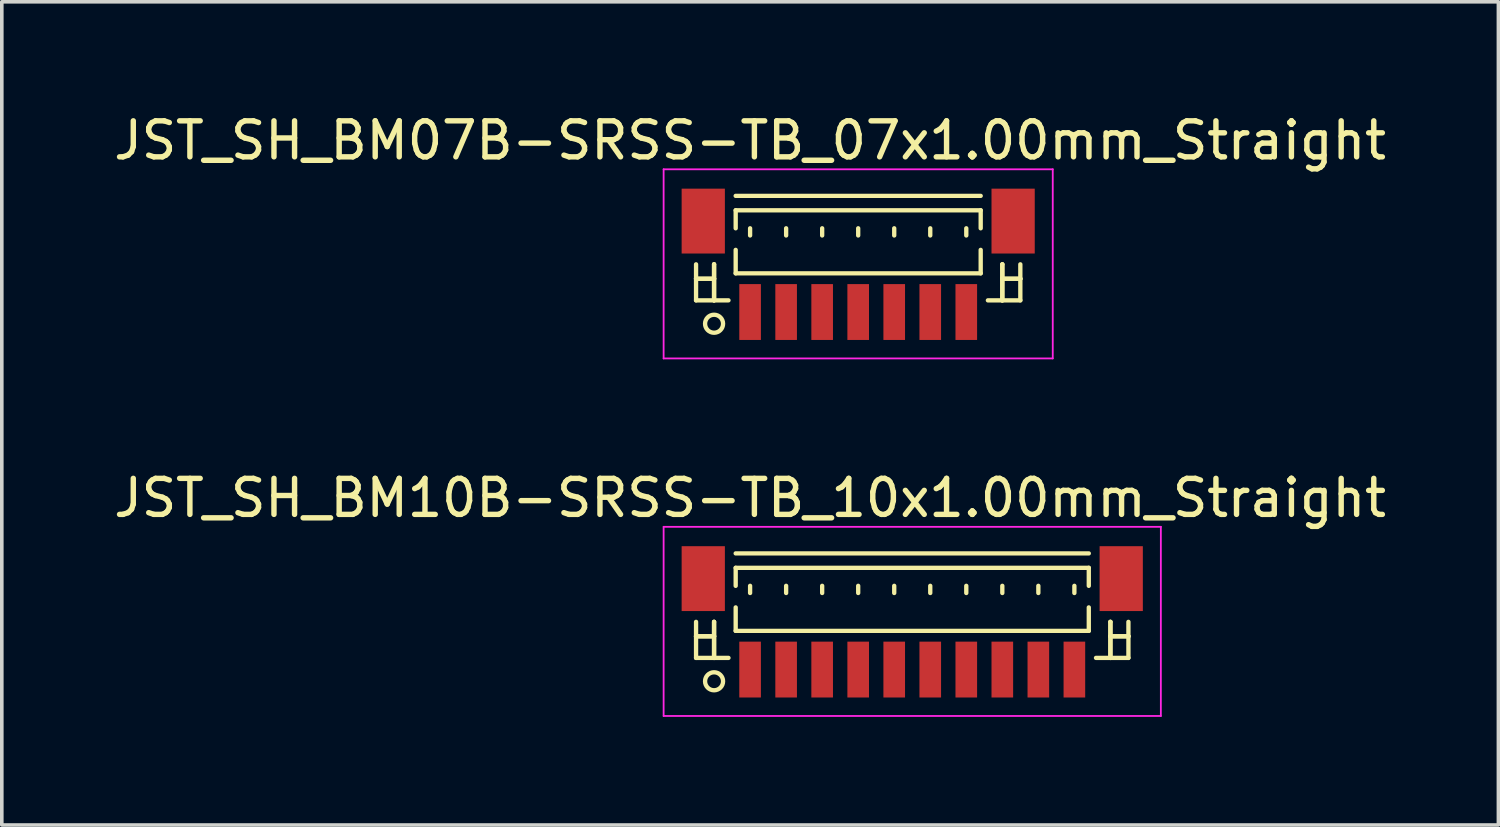
<source format=kicad_pcb>
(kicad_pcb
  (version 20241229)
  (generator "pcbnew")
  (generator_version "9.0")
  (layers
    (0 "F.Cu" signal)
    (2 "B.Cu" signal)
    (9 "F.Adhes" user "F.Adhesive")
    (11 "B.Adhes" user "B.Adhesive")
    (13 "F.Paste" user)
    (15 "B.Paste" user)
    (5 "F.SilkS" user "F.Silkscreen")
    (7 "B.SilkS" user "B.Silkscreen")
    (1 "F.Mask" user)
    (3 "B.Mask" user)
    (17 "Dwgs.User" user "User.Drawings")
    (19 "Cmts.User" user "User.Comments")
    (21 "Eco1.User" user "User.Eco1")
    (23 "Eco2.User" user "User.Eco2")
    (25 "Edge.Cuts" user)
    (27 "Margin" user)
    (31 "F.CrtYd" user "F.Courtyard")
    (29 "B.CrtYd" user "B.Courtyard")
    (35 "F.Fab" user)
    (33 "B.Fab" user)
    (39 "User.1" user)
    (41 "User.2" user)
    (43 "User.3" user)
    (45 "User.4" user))
  (footprint "JST_SH_BM07B-SRSS-TB_07x1.00mm_Straight"
    (layer "F.Cu")
    (at 20.768 4.348)
    (property "Reference" "JST_SH_BM07B-SRSS-TB_07x1.00mm_Straight" (at -3 -3.5 0) (layer "F.SilkS") (effects (font (size 1 1) (thickness 0.15))))
    (attr smd)
    (fp_line (start -4.5 -0.062) (end -4.5 0.938) (stroke (width 0.12) (type solid)) (layer "F.SilkS"))
    (fp_line (start -4.5 0.338) (end -4.5 0.338) (stroke (width 0.12) (type solid)) (layer "F.SilkS"))
    (fp_line (start -4.5 0.338) (end -4 0.338) (stroke (width 0.12) (type solid)) (layer "F.SilkS"))
    (fp_line (start -4.5 0.938) (end -3.6 0.938) (stroke (width 0.12) (type solid)) (layer "F.SilkS"))
    (fp_line (start -4 -0.062) (end -4 -0.062) (stroke (width 0.12) (type solid)) (layer "F.SilkS"))
    (fp_line (start -4 -0.062) (end -4 0.938) (stroke (width 0.12) (type solid)) (layer "F.SilkS"))
    (fp_line (start -4 0.338) (end -4.5 0.338) (stroke (width 0.12) (type solid)) (layer "F.SilkS"))
    (fp_line (start -4 0.338) (end -4 0.338) (stroke (width 0.12) (type solid)) (layer "F.SilkS"))
    (fp_line (start -4 0.938) (end -4 -0.062) (stroke (width 0.12) (type solid)) (layer "F.SilkS"))
    (fp_line (start -4 0.938) (end -4 0.938) (stroke (width 0.12) (type solid)) (layer "F.SilkS"))
    (fp_line (start -3.4 -1.962) (end 3.4 -1.962) (stroke (width 0.12) (type solid)) (layer "F.SilkS"))
    (fp_line (start -3.4 -1.562) (end 3.4 -1.562) (stroke (width 0.12) (type solid)) (layer "F.SilkS"))
    (fp_line (start -3.4 -1.062) (end -3.4 -1.562) (stroke (width 0.12) (type solid)) (layer "F.SilkS"))
    (fp_line (start -3.4 -0.463) (end -3.4 0.188) (stroke (width 0.12) (type solid)) (layer "F.SilkS"))
    (fp_line (start -3.4 0.188) (end 3.4 0.188) (stroke (width 0.12) (type solid)) (layer "F.SilkS"))
    (fp_line (start -3 -1.062) (end -3 -0.863) (stroke (width 0.12) (type solid)) (layer "F.SilkS"))
    (fp_line (start -2 -1.062) (end -2 -0.863) (stroke (width 0.12) (type solid)) (layer "F.SilkS"))
    (fp_line (start -1 -1.062) (end -1 -0.863) (stroke (width 0.12) (type solid)) (layer "F.SilkS"))
    (fp_line (start 0 -1.062) (end 0 -0.863) (stroke (width 0.12) (type solid)) (layer "F.SilkS"))
    (fp_line (start 1 -1.062) (end 1 -0.863) (stroke (width 0.12) (type solid)) (layer "F.SilkS"))
    (fp_line (start 2 -1.062) (end 2 -0.863) (stroke (width 0.12) (type solid)) (layer "F.SilkS"))
    (fp_line (start 3 -1.062) (end 3 -0.863) (stroke (width 0.12) (type solid)) (layer "F.SilkS"))
    (fp_line (start 3.4 -1.562) (end 3.4 -1.062) (stroke (width 0.12) (type solid)) (layer "F.SilkS"))
    (fp_line (start 3.4 0.188) (end 3.4 -0.463) (stroke (width 0.12) (type solid)) (layer "F.SilkS"))
    (fp_line (start 4 -0.062) (end 4 -0.062) (stroke (width 0.12) (type solid)) (layer "F.SilkS"))
    (fp_line (start 4 -0.062) (end 4 0.938) (stroke (width 0.12) (type solid)) (layer "F.SilkS"))
    (fp_line (start 4 0.338) (end 4 0.338) (stroke (width 0.12) (type solid)) (layer "F.SilkS"))
    (fp_line (start 4 0.338) (end 4.5 0.338) (stroke (width 0.12) (type solid)) (layer "F.SilkS"))
    (fp_line (start 4 0.938) (end 4 -0.062) (stroke (width 0.12) (type solid)) (layer "F.SilkS"))
    (fp_line (start 4 0.938) (end 4 0.938) (stroke (width 0.12) (type solid)) (layer "F.SilkS"))
    (fp_line (start 4.5 -0.062) (end 4.5 0.938) (stroke (width 0.12) (type solid)) (layer "F.SilkS"))
    (fp_line (start 4.5 0.338) (end 4 0.338) (stroke (width 0.12) (type solid)) (layer "F.SilkS"))
    (fp_line (start 4.5 0.338) (end 4.5 0.338) (stroke (width 0.12) (type solid)) (layer "F.SilkS"))
    (fp_line (start 4.5 0.938) (end 3.6 0.938) (stroke (width 0.12) (type solid)) (layer "F.SilkS"))
    (fp_circle (center -4 1.587) (end -3.75 1.587) (stroke (width 0.12) (type solid)) (fill no) (layer "F.SilkS"))
    (fp_line (start -5.4 -2.7) (end 5.4 -2.7) (stroke (width 0.05) (type solid)) (layer "F.CrtYd"))
    (fp_line (start -5.4 2.55) (end -5.4 -2.7) (stroke (width 0.05) (type solid)) (layer "F.CrtYd"))
    (fp_line (start 5.4 -2.7) (end 5.4 2.55) (stroke (width 0.05) (type solid)) (layer "F.CrtYd"))
    (fp_line (start 5.4 2.55) (end -5.4 2.55) (stroke (width 0.05) (type solid)) (layer "F.CrtYd"))
    (pad "" smd rect (at -4.3 -1.262) (size 1.2 1.8) (layers "F.Cu" "F.Mask" "F.Paste"))
    (pad "" smd rect (at 4.3 -1.262) (size 1.2 1.8) (layers "F.Cu" "F.Mask" "F.Paste"))
    (pad "1" smd rect (at -3 1.262) (size 0.6 1.55) (layers "F.Cu" "F.Mask" "F.Paste"))
    (pad "2" smd rect (at -2 1.262) (size 0.6 1.55) (layers "F.Cu" "F.Mask" "F.Paste"))
    (pad "3" smd rect (at -1 1.262) (size 0.6 1.55) (layers "F.Cu" "F.Mask" "F.Paste"))
    (pad "4" smd rect (at 0 1.262) (size 0.6 1.55) (layers "F.Cu" "F.Mask" "F.Paste"))
    (pad "5" smd rect (at 1 1.262) (size 0.6 1.55) (layers "F.Cu" "F.Mask" "F.Paste"))
    (pad "6" smd rect (at 2 1.262) (size 0.6 1.55) (layers "F.Cu" "F.Mask" "F.Paste"))
    (pad "7" smd rect (at 3 1.262) (size 0.6 1.55) (layers "F.Cu" "F.Mask" "F.Paste")))
  (footprint "JST_SH_BM10B-SRSS-TB_10x1.00mm_Straight"
    (layer "F.Cu")
    (at 22.268 14.271)
    (property "Reference" "JST_SH_BM10B-SRSS-TB_10x1.00mm_Straight" (at -4.5 -3.5 0) (layer "F.SilkS") (effects (font (size 1 1) (thickness 0.15))))
    (attr smd)
    (fp_line (start -6 -0.062) (end -6 0.938) (stroke (width 0.12) (type solid)) (layer "F.SilkS"))
    (fp_line (start -6 0.338) (end -6 0.338) (stroke (width 0.12) (type solid)) (layer "F.SilkS"))
    (fp_line (start -6 0.338) (end -5.5 0.338) (stroke (width 0.12) (type solid)) (layer "F.SilkS"))
    (fp_line (start -6 0.938) (end -5.1 0.938) (stroke (width 0.12) (type solid)) (layer "F.SilkS"))
    (fp_line (start -5.5 -0.062) (end -5.5 -0.062) (stroke (width 0.12) (type solid)) (layer "F.SilkS"))
    (fp_line (start -5.5 -0.062) (end -5.5 0.938) (stroke (width 0.12) (type solid)) (layer "F.SilkS"))
    (fp_line (start -5.5 0.338) (end -6 0.338) (stroke (width 0.12) (type solid)) (layer "F.SilkS"))
    (fp_line (start -5.5 0.338) (end -5.5 0.338) (stroke (width 0.12) (type solid)) (layer "F.SilkS"))
    (fp_line (start -5.5 0.938) (end -5.5 -0.062) (stroke (width 0.12) (type solid)) (layer "F.SilkS"))
    (fp_line (start -5.5 0.938) (end -5.5 0.938) (stroke (width 0.12) (type solid)) (layer "F.SilkS"))
    (fp_line (start -4.9 -1.962) (end 4.9 -1.962) (stroke (width 0.12) (type solid)) (layer "F.SilkS"))
    (fp_line (start -4.9 -1.562) (end 4.9 -1.562) (stroke (width 0.12) (type solid)) (layer "F.SilkS"))
    (fp_line (start -4.9 -1.062) (end -4.9 -1.562) (stroke (width 0.12) (type solid)) (layer "F.SilkS"))
    (fp_line (start -4.9 -0.463) (end -4.9 0.188) (stroke (width 0.12) (type solid)) (layer "F.SilkS"))
    (fp_line (start -4.9 0.188) (end 4.9 0.188) (stroke (width 0.12) (type solid)) (layer "F.SilkS"))
    (fp_line (start -4.5 -1.062) (end -4.5 -0.863) (stroke (width 0.12) (type solid)) (layer "F.SilkS"))
    (fp_line (start -3.5 -1.062) (end -3.5 -0.863) (stroke (width 0.12) (type solid)) (layer "F.SilkS"))
    (fp_line (start -2.5 -1.062) (end -2.5 -0.863) (stroke (width 0.12) (type solid)) (layer "F.SilkS"))
    (fp_line (start -1.5 -1.062) (end -1.5 -0.863) (stroke (width 0.12) (type solid)) (layer "F.SilkS"))
    (fp_line (start -0.5 -1.062) (end -0.5 -0.863) (stroke (width 0.12) (type solid)) (layer "F.SilkS"))
    (fp_line (start 0.5 -1.062) (end 0.5 -0.863) (stroke (width 0.12) (type solid)) (layer "F.SilkS"))
    (fp_line (start 1.5 -1.062) (end 1.5 -0.863) (stroke (width 0.12) (type solid)) (layer "F.SilkS"))
    (fp_line (start 2.5 -1.062) (end 2.5 -0.863) (stroke (width 0.12) (type solid)) (layer "F.SilkS"))
    (fp_line (start 3.5 -1.062) (end 3.5 -0.863) (stroke (width 0.12) (type solid)) (layer "F.SilkS"))
    (fp_line (start 4.5 -1.062) (end 4.5 -0.863) (stroke (width 0.12) (type solid)) (layer "F.SilkS"))
    (fp_line (start 4.9 -1.562) (end 4.9 -1.062) (stroke (width 0.12) (type solid)) (layer "F.SilkS"))
    (fp_line (start 4.9 0.188) (end 4.9 -0.463) (stroke (width 0.12) (type solid)) (layer "F.SilkS"))
    (fp_line (start 5.5 -0.062) (end 5.5 -0.062) (stroke (width 0.12) (type solid)) (layer "F.SilkS"))
    (fp_line (start 5.5 -0.062) (end 5.5 0.938) (stroke (width 0.12) (type solid)) (layer "F.SilkS"))
    (fp_line (start 5.5 0.338) (end 5.5 0.338) (stroke (width 0.12) (type solid)) (layer "F.SilkS"))
    (fp_line (start 5.5 0.338) (end 6 0.338) (stroke (width 0.12) (type solid)) (layer "F.SilkS"))
    (fp_line (start 5.5 0.938) (end 5.5 -0.062) (stroke (width 0.12) (type solid)) (layer "F.SilkS"))
    (fp_line (start 5.5 0.938) (end 5.5 0.938) (stroke (width 0.12) (type solid)) (layer "F.SilkS"))
    (fp_line (start 6 -0.062) (end 6 0.938) (stroke (width 0.12) (type solid)) (layer "F.SilkS"))
    (fp_line (start 6 0.338) (end 5.5 0.338) (stroke (width 0.12) (type solid)) (layer "F.SilkS"))
    (fp_line (start 6 0.338) (end 6 0.338) (stroke (width 0.12) (type solid)) (layer "F.SilkS"))
    (fp_line (start 6 0.938) (end 5.1 0.938) (stroke (width 0.12) (type solid)) (layer "F.SilkS"))
    (fp_circle (center -5.5 1.587) (end -5.25 1.587) (stroke (width 0.12) (type solid)) (fill no) (layer "F.SilkS"))
    (fp_line (start -6.9 -2.7) (end 6.9 -2.7) (stroke (width 0.05) (type solid)) (layer "F.CrtYd"))
    (fp_line (start -6.9 2.55) (end -6.9 -2.7) (stroke (width 0.05) (type solid)) (layer "F.CrtYd"))
    (fp_line (start 6.9 -2.7) (end 6.9 2.55) (stroke (width 0.05) (type solid)) (layer "F.CrtYd"))
    (fp_line (start 6.9 2.55) (end -6.9 2.55) (stroke (width 0.05) (type solid)) (layer "F.CrtYd"))
    (pad "" smd rect (at -5.8 -1.262) (size 1.2 1.8) (layers "F.Cu" "F.Mask" "F.Paste"))
    (pad "" smd rect (at 5.8 -1.262) (size 1.2 1.8) (layers "F.Cu" "F.Mask" "F.Paste"))
    (pad "1" smd rect (at -4.5 1.262) (size 0.6 1.55) (layers "F.Cu" "F.Mask" "F.Paste"))
    (pad "2" smd rect (at -3.5 1.262) (size 0.6 1.55) (layers "F.Cu" "F.Mask" "F.Paste"))
    (pad "3" smd rect (at -2.5 1.262) (size 0.6 1.55) (layers "F.Cu" "F.Mask" "F.Paste"))
    (pad "4" smd rect (at -1.5 1.262) (size 0.6 1.55) (layers "F.Cu" "F.Mask" "F.Paste"))
    (pad "5" smd rect (at -0.5 1.262) (size 0.6 1.55) (layers "F.Cu" "F.Mask" "F.Paste"))
    (pad "6" smd rect (at 0.5 1.262) (size 0.6 1.55) (layers "F.Cu" "F.Mask" "F.Paste"))
    (pad "7" smd rect (at 1.5 1.262) (size 0.6 1.55) (layers "F.Cu" "F.Mask" "F.Paste"))
    (pad "8" smd rect (at 2.5 1.262) (size 0.6 1.55) (layers "F.Cu" "F.Mask" "F.Paste"))
    (pad "9" smd rect (at 3.5 1.262) (size 0.6 1.55) (layers "F.Cu" "F.Mask" "F.Paste"))
    (pad "10" smd rect (at 4.5 1.262) (size 0.6 1.55) (layers "F.Cu" "F.Mask" "F.Paste")))
  (gr_rect
    (start -3 -3)
    (end 38.536 19.846)
    (stroke (width 0.1) (type default))
    (fill no)
    (layer "Edge.Cuts")))
</source>
